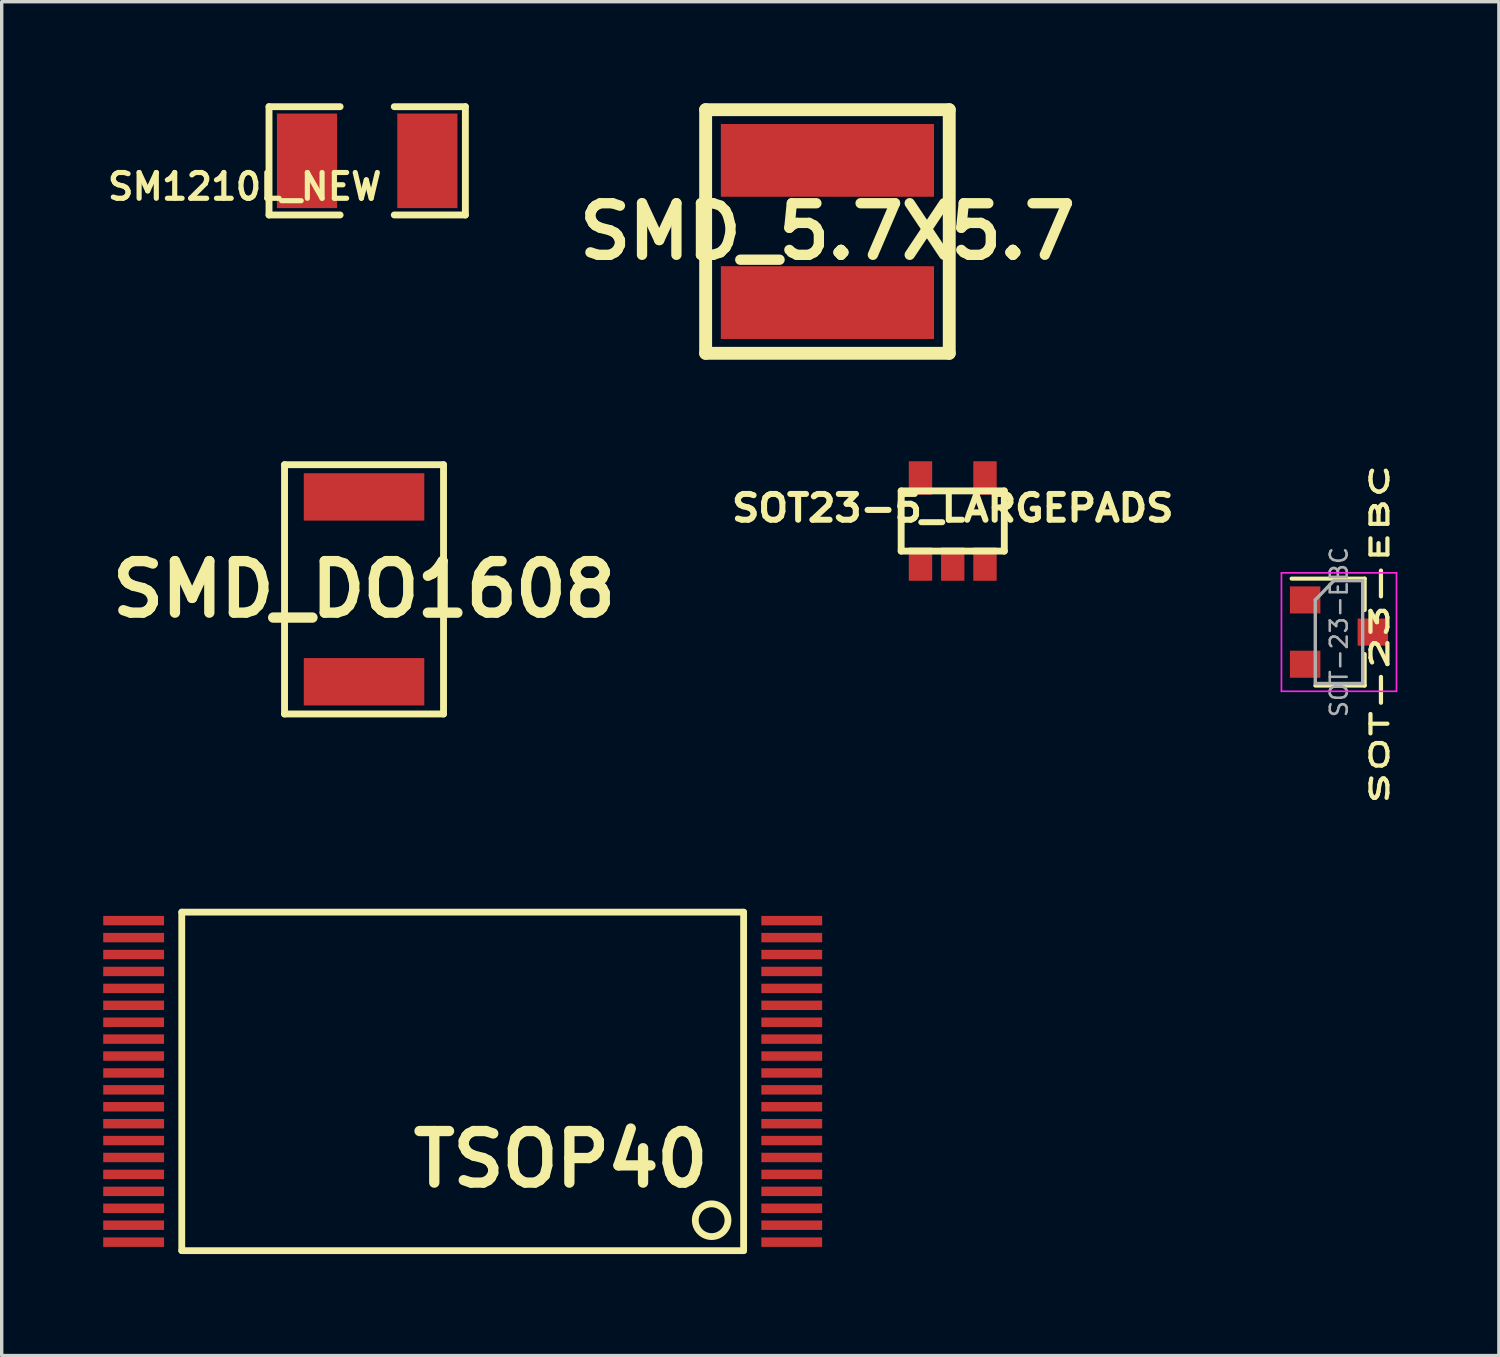
<source format=kicad_pcb>
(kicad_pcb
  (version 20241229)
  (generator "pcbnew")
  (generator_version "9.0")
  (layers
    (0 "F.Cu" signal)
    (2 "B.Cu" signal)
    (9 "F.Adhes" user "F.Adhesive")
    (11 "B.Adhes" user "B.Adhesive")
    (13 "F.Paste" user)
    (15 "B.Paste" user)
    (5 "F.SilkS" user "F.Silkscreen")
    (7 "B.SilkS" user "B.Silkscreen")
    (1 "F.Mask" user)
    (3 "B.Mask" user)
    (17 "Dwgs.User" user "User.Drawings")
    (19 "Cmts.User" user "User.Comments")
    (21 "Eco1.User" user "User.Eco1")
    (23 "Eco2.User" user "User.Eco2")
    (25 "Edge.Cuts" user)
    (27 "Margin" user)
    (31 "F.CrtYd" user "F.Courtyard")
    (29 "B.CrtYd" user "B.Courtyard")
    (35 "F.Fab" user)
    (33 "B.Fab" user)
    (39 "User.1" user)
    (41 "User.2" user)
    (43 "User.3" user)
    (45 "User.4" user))
  (footprint "SM1210L_NEW"
    (layer "F.Cu")
    (at 7.8 1.702)
    (property "Reference" "SM1210L_NEW" (at -3.619 0.762 0) (layer "F.SilkS") (effects (font (size 0.762 0.762) (thickness 0.152))))
    (attr smd)
    (fp_line (start -2.901 -1.6) (end -2.901 1.6) (stroke (width 0.203) (type solid)) (layer "F.SilkS"))
    (fp_line (start -2.901 1.6) (end -0.8 1.6) (stroke (width 0.203) (type solid)) (layer "F.SilkS"))
    (fp_line (start -0.8 -1.6) (end -2.901 -1.6) (stroke (width 0.203) (type solid)) (layer "F.SilkS"))
    (fp_line (start 2.901 -1.6) (end 0.8 -1.6) (stroke (width 0.203) (type solid)) (layer "F.SilkS"))
    (fp_line (start 2.901 -1.6) (end 2.901 1.6) (stroke (width 0.203) (type solid)) (layer "F.SilkS"))
    (fp_line (start 2.901 1.6) (end 0.8 1.6) (stroke (width 0.203) (type solid)) (layer "F.SilkS"))
    (pad "1" smd rect (at -1.778 0) (size 1.778 2.794) (layers "F.Cu" "F.Mask" "F.Paste"))
    (pad "2" smd rect (at 1.778 0) (size 1.778 2.794) (layers "F.Cu" "F.Mask" "F.Paste")))
  (footprint "SOT23-5_LARGEPADS"
    (layer "F.Cu")
    (at 25.102 12.345)
    (property "Reference" "SOT23-5_LARGEPADS" (at 0 -0.381 0) (layer "F.SilkS") (effects (font (size 0.762 0.813) (thickness 0.178))))
    (attr smd)
    (fp_line (start -1.524 -0.889) (end 1.524 -0.889) (stroke (width 0.203) (type solid)) (layer "F.SilkS"))
    (fp_line (start -1.524 0.889) (end -1.524 -0.889) (stroke (width 0.203) (type solid)) (layer "F.SilkS"))
    (fp_line (start 1.524 -0.889) (end 1.524 0.889) (stroke (width 0.203) (type solid)) (layer "F.SilkS"))
    (fp_line (start 1.524 0.889) (end -1.524 0.889) (stroke (width 0.203) (type solid)) (layer "F.SilkS"))
    (pad "1" smd rect (at -0.953 1.27) (size 0.691 0.991) (layers "F.Cu" "F.Mask" "F.Paste"))
    (pad "2" smd rect (at 0 1.27) (size 0.691 0.991) (layers "F.Cu" "F.Mask" "F.Paste"))
    (pad "3" smd rect (at 0.953 1.27) (size 0.691 0.991) (layers "F.Cu" "F.Mask" "F.Paste"))
    (pad "4" smd rect (at 0.953 -1.27) (size 0.691 0.991) (layers "F.Cu" "F.Mask" "F.Paste"))
    (pad "5" smd rect (at -0.953 -1.27) (size 0.691 0.991) (layers "F.Cu" "F.Mask" "F.Paste")))
  (footprint "SOT-23-EBC"
    (layer "F.Cu")
    (at 36.515 15.627)
    (property "Reference" "SOT-23-EBC" (at 1.206 0.064 90) (layer "F.SilkS") (effects (font (size 0.5 1) (thickness 0.125))))
    (attr smd)
    (fp_line (start 0.76 -1.58) (end -1.4 -1.58) (stroke (width 0.12) (type solid)) (layer "F.SilkS"))
    (fp_line (start 0.76 -1.58) (end 0.76 -0.65) (stroke (width 0.12) (type solid)) (layer "F.SilkS"))
    (fp_line (start 0.76 1.58) (end -0.7 1.58) (stroke (width 0.12) (type solid)) (layer "F.SilkS"))
    (fp_line (start 0.76 1.58) (end 0.76 0.65) (stroke (width 0.12) (type solid)) (layer "F.SilkS"))
    (fp_line (start -1.7 -1.75) (end 1.7 -1.75) (stroke (width 0.05) (type solid)) (layer "F.CrtYd"))
    (fp_line (start -1.7 1.75) (end -1.7 -1.75) (stroke (width 0.05) (type solid)) (layer "F.CrtYd"))
    (fp_line (start 1.7 -1.75) (end 1.7 1.75) (stroke (width 0.05) (type solid)) (layer "F.CrtYd"))
    (fp_line (start 1.7 1.75) (end -1.7 1.75) (stroke (width 0.05) (type solid)) (layer "F.CrtYd"))
    (fp_line (start -0.7 -0.95) (end -0.7 1.5) (stroke (width 0.1) (type solid)) (layer "F.Fab"))
    (fp_line (start -0.7 -0.95) (end -0.15 -1.52) (stroke (width 0.1) (type solid)) (layer "F.Fab"))
    (fp_line (start -0.7 1.52) (end 0.7 1.52) (stroke (width 0.1) (type solid)) (layer "F.Fab"))
    (fp_line (start -0.15 -1.52) (end 0.7 -1.52) (stroke (width 0.1) (type solid)) (layer "F.Fab"))
    (fp_line (start 0.7 -1.52) (end 0.7 1.52) (stroke (width 0.1) (type solid)) (layer "F.Fab"))
    (fp_text user "${REFERENCE}" (at 0 0 90) (layer "F.Fab") (effects (font (size 0.5 0.5) (thickness 0.075))))
    (pad "1" smd rect (at -1 0.95) (size 0.9 0.8) (layers "F.Cu" "F.Mask" "F.Paste"))
    (pad "2" smd rect (at -1 -0.95) (size 0.9 0.8) (layers "F.Cu" "F.Mask" "F.Paste"))
    (pad "3" smd rect (at 1 0) (size 0.9 0.8) (layers "F.Cu" "F.Mask" "F.Paste")))
  (footprint "SMD_5.7X5.7"
    (layer "F.Cu")
    (at 21.4 3.79)
    (property "Reference" "SMD_5.7X5.7" (at 0 0 0) (layer "F.SilkS") (effects (font (size 1.524 1.524) (thickness 0.305))))
    (attr through_hole)
    (fp_line (start -3.599 -3.599) (end 3.599 -3.599) (stroke (width 0.381) (type solid)) (layer "F.SilkS"))
    (fp_line (start -3.599 3.599) (end -3.599 -3.599) (stroke (width 0.381) (type solid)) (layer "F.SilkS"))
    (fp_line (start 3.599 -3.599) (end 3.599 3.599) (stroke (width 0.381) (type solid)) (layer "F.SilkS"))
    (fp_line (start 3.599 3.599) (end -3.599 3.599) (stroke (width 0.381) (type solid)) (layer "F.SilkS"))
    (pad "1" smd rect (at 0 -2.101) (size 6.299 2.149) (layers "F.Cu" "F.Mask" "F.Paste"))
    (pad "2" smd rect (at 0 2.101) (size 6.299 2.149) (layers "F.Cu" "F.Mask" "F.Paste")))
  (footprint "SMD_DO1608"
    (layer "F.Cu")
    (at 7.707 14.364)
    (property "Reference" "SMD_DO1608" (at 0 0 0) (layer "F.SilkS") (effects (font (size 1.524 1.524) (thickness 0.305))))
    (attr through_hole)
    (fp_line (start -2.349 -3.683) (end -2.349 3.683) (stroke (width 0.203) (type solid)) (layer "F.SilkS"))
    (fp_line (start -2.349 3.683) (end 2.349 3.683) (stroke (width 0.203) (type solid)) (layer "F.SilkS"))
    (fp_line (start 2.349 -3.683) (end -2.349 -3.683) (stroke (width 0.203) (type solid)) (layer "F.SilkS"))
    (fp_line (start 2.349 3.683) (end 2.349 -3.683) (stroke (width 0.203) (type solid)) (layer "F.SilkS"))
    (pad "1" smd rect (at 0 -2.731) (size 3.561 1.4) (layers "F.Cu" "F.Mask" "F.Paste"))
    (pad "2" smd rect (at 0 2.731) (size 3.561 1.4) (layers "F.Cu" "F.Mask" "F.Paste")))
  (footprint "TSOP40"
    (layer "F.Cu")
    (at 10.622 28.904)
    (property "Reference" "TSOP40" (at 2.898 2.301 0) (layer "F.SilkS") (effects (font (size 1.524 1.524) (thickness 0.305))))
    (attr through_hole)
    (fp_line (start -8.301 -5.001) (end 8.301 -5.001) (stroke (width 0.201) (type solid)) (layer "F.SilkS"))
    (fp_line (start -8.301 5.001) (end -8.301 -5.001) (stroke (width 0.201) (type solid)) (layer "F.SilkS"))
    (fp_line (start 8.301 -5.001) (end 8.301 5.001) (stroke (width 0.201) (type solid)) (layer "F.SilkS"))
    (fp_line (start 8.301 5.001) (end -8.301 5.001) (stroke (width 0.201) (type solid)) (layer "F.SilkS"))
    (fp_circle (center 7.356 4.102) (end 7.8 4.293) (stroke (width 0.201) (type solid)) (fill no) (layer "F.SilkS"))
    (pad "1" smd rect (at 9.723 4.75 270) (size 0.279 1.798) (layers "F.Cu" "F.Mask" "F.Paste"))
    (pad "2" smd rect (at 9.723 4.249 270) (size 0.279 1.798) (layers "F.Cu" "F.Mask" "F.Paste"))
    (pad "3" smd rect (at 9.723 3.749 270) (size 0.279 1.798) (layers "F.Cu" "F.Mask" "F.Paste"))
    (pad "4" smd rect (at 9.723 3.249 270) (size 0.279 1.798) (layers "F.Cu" "F.Mask" "F.Paste"))
    (pad "5" smd rect (at 9.723 2.748 270) (size 0.279 1.798) (layers "F.Cu" "F.Mask" "F.Paste"))
    (pad "6" smd rect (at 9.723 2.248 270) (size 0.279 1.798) (layers "F.Cu" "F.Mask" "F.Paste"))
    (pad "7" smd rect (at 9.723 1.748 270) (size 0.279 1.798) (layers "F.Cu" "F.Mask" "F.Paste"))
    (pad "8" smd rect (at 9.723 1.25 270) (size 0.279 1.798) (layers "F.Cu" "F.Mask" "F.Paste"))
    (pad "9" smd rect (at 9.723 0.749 270) (size 0.279 1.798) (layers "F.Cu" "F.Mask" "F.Paste"))
    (pad "10" smd rect (at 9.723 0.249 270) (size 0.279 1.798) (layers "F.Cu" "F.Mask" "F.Paste"))
    (pad "11" smd rect (at 9.723 -0.249 270) (size 0.279 1.798) (layers "F.Cu" "F.Mask" "F.Paste"))
    (pad "12" smd rect (at 9.723 -0.749 270) (size 0.279 1.798) (layers "F.Cu" "F.Mask" "F.Paste"))
    (pad "13" smd rect (at 9.723 -1.25 270) (size 0.279 1.798) (layers "F.Cu" "F.Mask" "F.Paste"))
    (pad "14" smd rect (at 9.723 -1.748 270) (size 0.279 1.798) (layers "F.Cu" "F.Mask" "F.Paste"))
    (pad "15" smd rect (at 9.723 -2.248 270) (size 0.279 1.798) (layers "F.Cu" "F.Mask" "F.Paste"))
    (pad "16" smd rect (at 9.723 -2.748 270) (size 0.279 1.798) (layers "F.Cu" "F.Mask" "F.Paste"))
    (pad "17" smd rect (at 9.723 -3.249 270) (size 0.279 1.798) (layers "F.Cu" "F.Mask" "F.Paste"))
    (pad "18" smd rect (at 9.723 -3.749 270) (size 0.279 1.798) (layers "F.Cu" "F.Mask" "F.Paste"))
    (pad "19" smd rect (at 9.723 -4.249 270) (size 0.279 1.798) (layers "F.Cu" "F.Mask" "F.Paste"))
    (pad "20" smd rect (at 9.723 -4.75 270) (size 0.279 1.798) (layers "F.Cu" "F.Mask" "F.Paste"))
    (pad "21" smd rect (at -9.723 -4.75 90) (size 0.279 1.798) (layers "F.Cu" "F.Mask" "F.Paste"))
    (pad "22" smd rect (at -9.723 -4.249 90) (size 0.279 1.798) (layers "F.Cu" "F.Mask" "F.Paste"))
    (pad "23" smd rect (at -9.723 -3.749 90) (size 0.279 1.798) (layers "F.Cu" "F.Mask" "F.Paste"))
    (pad "24" smd rect (at -9.723 -3.249 90) (size 0.279 1.798) (layers "F.Cu" "F.Mask" "F.Paste"))
    (pad "25" smd rect (at -9.723 -2.748 90) (size 0.279 1.798) (layers "F.Cu" "F.Mask" "F.Paste"))
    (pad "26" smd rect (at -9.723 -2.248 90) (size 0.279 1.798) (layers "F.Cu" "F.Mask" "F.Paste"))
    (pad "27" smd rect (at -9.723 -1.748 90) (size 0.279 1.798) (layers "F.Cu" "F.Mask" "F.Paste"))
    (pad "28" smd rect (at -9.723 -1.25 90) (size 0.279 1.798) (layers "F.Cu" "F.Mask" "F.Paste"))
    (pad "29" smd rect (at -9.723 -0.749 90) (size 0.279 1.798) (layers "F.Cu" "F.Mask" "F.Paste"))
    (pad "30" smd rect (at -9.723 -0.249 90) (size 0.279 1.798) (layers "F.Cu" "F.Mask" "F.Paste"))
    (pad "31" smd rect (at -9.723 0.249 90) (size 0.279 1.798) (layers "F.Cu" "F.Mask" "F.Paste"))
    (pad "32" smd rect (at -9.723 0.749 90) (size 0.279 1.798) (layers "F.Cu" "F.Mask" "F.Paste"))
    (pad "33" smd rect (at -9.723 1.25 90) (size 0.279 1.798) (layers "F.Cu" "F.Mask" "F.Paste"))
    (pad "34" smd rect (at -9.723 1.748 90) (size 0.279 1.798) (layers "F.Cu" "F.Mask" "F.Paste"))
    (pad "35" smd rect (at -9.723 2.248 90) (size 0.279 1.798) (layers "F.Cu" "F.Mask" "F.Paste"))
    (pad "36" smd rect (at -9.723 2.748 90) (size 0.279 1.798) (layers "F.Cu" "F.Mask" "F.Paste"))
    (pad "37" smd rect (at -9.723 3.249 90) (size 0.279 1.798) (layers "F.Cu" "F.Mask" "F.Paste"))
    (pad "38" smd rect (at -9.723 3.749 90) (size 0.279 1.798) (layers "F.Cu" "F.Mask" "F.Paste"))
    (pad "39" smd rect (at -9.723 4.249 90) (size 0.279 1.798) (layers "F.Cu" "F.Mask" "F.Paste"))
    (pad "40" smd rect (at -9.723 4.75 90) (size 0.279 1.798) (layers "F.Cu" "F.Mask" "F.Paste")))
  (gr_rect
    (start -3 -3)
    (end 41.24 37.005)
    (stroke (width 0.1) (type default))
    (fill no)
    (layer "Edge.Cuts")))
</source>
